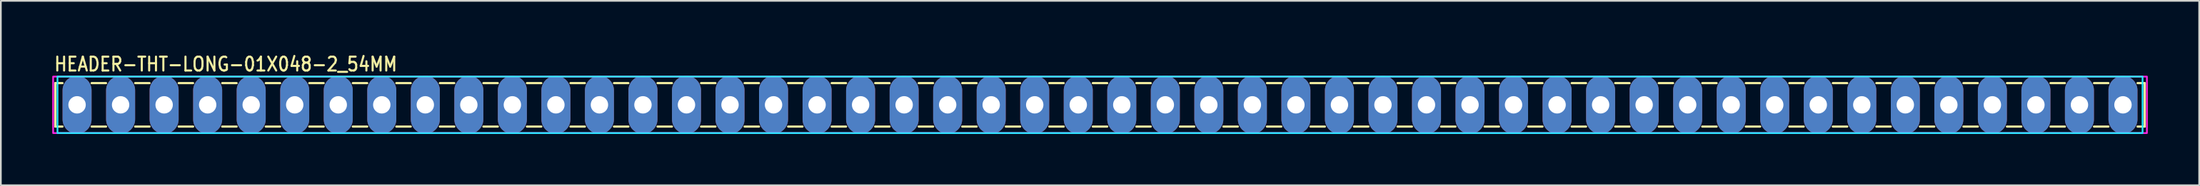
<source format=kicad_pcb>
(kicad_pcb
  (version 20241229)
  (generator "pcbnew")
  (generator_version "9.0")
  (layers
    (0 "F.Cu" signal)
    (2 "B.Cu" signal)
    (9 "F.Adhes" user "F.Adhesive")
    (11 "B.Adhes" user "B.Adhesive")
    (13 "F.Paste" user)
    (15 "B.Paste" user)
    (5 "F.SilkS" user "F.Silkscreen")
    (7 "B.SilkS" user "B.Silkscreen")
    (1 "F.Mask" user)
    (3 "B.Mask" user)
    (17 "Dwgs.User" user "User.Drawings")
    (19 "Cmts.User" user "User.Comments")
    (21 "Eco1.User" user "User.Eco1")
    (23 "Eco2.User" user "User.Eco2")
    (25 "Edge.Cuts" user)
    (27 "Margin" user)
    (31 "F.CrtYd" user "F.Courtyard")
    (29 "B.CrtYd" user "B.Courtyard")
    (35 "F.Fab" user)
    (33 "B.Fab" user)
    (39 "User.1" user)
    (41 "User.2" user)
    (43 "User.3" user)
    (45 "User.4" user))
  (footprint "HEADER-THT-LONG-01X048-2_54MM"
    (layer "F.Cu")
    (at 1.447 3.079)
    (property "Reference" "HEADER-THT-LONG-01X048-2_54MM" (at -1.4 -1.9 0) (unlocked yes) (layer "F.SilkS") (effects (font (size 0.813 0.695) (thickness 0.122)) (justify left bottom)))
    (fp_line (start -1.27 -1.27) (end -1.27 1.27) (stroke (width 0.127) (type solid)) (layer "F.SilkS"))
    (fp_line (start -1.27 1.27) (end -0.85 1.27) (stroke (width 0.127) (type solid)) (layer "F.SilkS"))
    (fp_line (start -0.85 -1.27) (end -1.27 -1.27) (stroke (width 0.127) (type solid)) (layer "F.SilkS"))
    (fp_line (start 0.85 -1.27) (end 1.69 -1.27) (stroke (width 0.127) (type solid)) (layer "F.SilkS"))
    (fp_line (start 0.85 1.27) (end 1.69 1.27) (stroke (width 0.127) (type solid)) (layer "F.SilkS"))
    (fp_line (start 3.39 -1.27) (end 4.23 -1.27) (stroke (width 0.127) (type solid)) (layer "F.SilkS"))
    (fp_line (start 3.39 1.27) (end 4.23 1.27) (stroke (width 0.127) (type solid)) (layer "F.SilkS"))
    (fp_line (start 5.93 -1.27) (end 6.77 -1.27) (stroke (width 0.127) (type solid)) (layer "F.SilkS"))
    (fp_line (start 5.93 1.27) (end 6.77 1.27) (stroke (width 0.127) (type solid)) (layer "F.SilkS"))
    (fp_line (start 8.47 -1.27) (end 9.31 -1.27) (stroke (width 0.127) (type solid)) (layer "F.SilkS"))
    (fp_line (start 8.47 1.27) (end 9.31 1.27) (stroke (width 0.127) (type solid)) (layer "F.SilkS"))
    (fp_line (start 11.01 -1.27) (end 11.85 -1.27) (stroke (width 0.127) (type solid)) (layer "F.SilkS"))
    (fp_line (start 11.01 1.27) (end 11.85 1.27) (stroke (width 0.127) (type solid)) (layer "F.SilkS"))
    (fp_line (start 13.55 -1.27) (end 14.39 -1.27) (stroke (width 0.127) (type solid)) (layer "F.SilkS"))
    (fp_line (start 13.55 1.27) (end 14.39 1.27) (stroke (width 0.127) (type solid)) (layer "F.SilkS"))
    (fp_line (start 16.09 -1.27) (end 16.93 -1.27) (stroke (width 0.127) (type solid)) (layer "F.SilkS"))
    (fp_line (start 16.09 1.27) (end 16.93 1.27) (stroke (width 0.127) (type solid)) (layer "F.SilkS"))
    (fp_line (start 18.63 -1.27) (end 19.47 -1.27) (stroke (width 0.127) (type solid)) (layer "F.SilkS"))
    (fp_line (start 18.63 1.27) (end 19.47 1.27) (stroke (width 0.127) (type solid)) (layer "F.SilkS"))
    (fp_line (start 21.17 -1.27) (end 22.01 -1.27) (stroke (width 0.127) (type solid)) (layer "F.SilkS"))
    (fp_line (start 21.17 1.27) (end 22.01 1.27) (stroke (width 0.127) (type solid)) (layer "F.SilkS"))
    (fp_line (start 23.71 -1.27) (end 24.55 -1.27) (stroke (width 0.127) (type solid)) (layer "F.SilkS"))
    (fp_line (start 23.71 1.27) (end 24.55 1.27) (stroke (width 0.127) (type solid)) (layer "F.SilkS"))
    (fp_line (start 26.25 -1.27) (end 27.09 -1.27) (stroke (width 0.127) (type solid)) (layer "F.SilkS"))
    (fp_line (start 26.25 1.27) (end 27.09 1.27) (stroke (width 0.127) (type solid)) (layer "F.SilkS"))
    (fp_line (start 28.79 -1.27) (end 29.63 -1.27) (stroke (width 0.127) (type solid)) (layer "F.SilkS"))
    (fp_line (start 28.79 1.27) (end 29.63 1.27) (stroke (width 0.127) (type solid)) (layer "F.SilkS"))
    (fp_line (start 31.33 -1.27) (end 32.17 -1.27) (stroke (width 0.127) (type solid)) (layer "F.SilkS"))
    (fp_line (start 31.33 1.27) (end 32.17 1.27) (stroke (width 0.127) (type solid)) (layer "F.SilkS"))
    (fp_line (start 33.87 -1.27) (end 34.71 -1.27) (stroke (width 0.127) (type solid)) (layer "F.SilkS"))
    (fp_line (start 33.87 1.27) (end 34.71 1.27) (stroke (width 0.127) (type solid)) (layer "F.SilkS"))
    (fp_line (start 36.41 -1.27) (end 37.25 -1.27) (stroke (width 0.127) (type solid)) (layer "F.SilkS"))
    (fp_line (start 36.41 1.27) (end 37.25 1.27) (stroke (width 0.127) (type solid)) (layer "F.SilkS"))
    (fp_line (start 38.95 -1.27) (end 39.79 -1.27) (stroke (width 0.127) (type solid)) (layer "F.SilkS"))
    (fp_line (start 38.95 1.27) (end 39.79 1.27) (stroke (width 0.127) (type solid)) (layer "F.SilkS"))
    (fp_line (start 41.49 -1.27) (end 42.33 -1.27) (stroke (width 0.127) (type solid)) (layer "F.SilkS"))
    (fp_line (start 41.49 1.27) (end 42.33 1.27) (stroke (width 0.127) (type solid)) (layer "F.SilkS"))
    (fp_line (start 44.03 -1.27) (end 44.87 -1.27) (stroke (width 0.127) (type solid)) (layer "F.SilkS"))
    (fp_line (start 44.03 1.27) (end 44.87 1.27) (stroke (width 0.127) (type solid)) (layer "F.SilkS"))
    (fp_line (start 46.57 -1.27) (end 47.41 -1.27) (stroke (width 0.127) (type solid)) (layer "F.SilkS"))
    (fp_line (start 46.57 1.27) (end 47.41 1.27) (stroke (width 0.127) (type solid)) (layer "F.SilkS"))
    (fp_line (start 49.11 -1.27) (end 49.95 -1.27) (stroke (width 0.127) (type solid)) (layer "F.SilkS"))
    (fp_line (start 49.11 1.27) (end 49.95 1.27) (stroke (width 0.127) (type solid)) (layer "F.SilkS"))
    (fp_line (start 51.65 -1.27) (end 52.49 -1.27) (stroke (width 0.127) (type solid)) (layer "F.SilkS"))
    (fp_line (start 51.65 1.27) (end 52.49 1.27) (stroke (width 0.127) (type solid)) (layer "F.SilkS"))
    (fp_line (start 54.19 -1.27) (end 55.03 -1.27) (stroke (width 0.127) (type solid)) (layer "F.SilkS"))
    (fp_line (start 54.19 1.27) (end 55.03 1.27) (stroke (width 0.127) (type solid)) (layer "F.SilkS"))
    (fp_line (start 56.73 -1.27) (end 57.57 -1.27) (stroke (width 0.127) (type solid)) (layer "F.SilkS"))
    (fp_line (start 56.73 1.27) (end 57.57 1.27) (stroke (width 0.127) (type solid)) (layer "F.SilkS"))
    (fp_line (start 59.27 -1.27) (end 60.11 -1.27) (stroke (width 0.127) (type solid)) (layer "F.SilkS"))
    (fp_line (start 59.27 1.27) (end 60.11 1.27) (stroke (width 0.127) (type solid)) (layer "F.SilkS"))
    (fp_line (start 61.81 -1.27) (end 62.65 -1.27) (stroke (width 0.127) (type solid)) (layer "F.SilkS"))
    (fp_line (start 61.81 1.27) (end 62.65 1.27) (stroke (width 0.127) (type solid)) (layer "F.SilkS"))
    (fp_line (start 64.35 -1.27) (end 65.19 -1.27) (stroke (width 0.127) (type solid)) (layer "F.SilkS"))
    (fp_line (start 64.35 1.27) (end 65.19 1.27) (stroke (width 0.127) (type solid)) (layer "F.SilkS"))
    (fp_line (start 66.89 -1.27) (end 67.73 -1.27) (stroke (width 0.127) (type solid)) (layer "F.SilkS"))
    (fp_line (start 66.89 1.27) (end 67.73 1.27) (stroke (width 0.127) (type solid)) (layer "F.SilkS"))
    (fp_line (start 69.43 -1.27) (end 70.27 -1.27) (stroke (width 0.127) (type solid)) (layer "F.SilkS"))
    (fp_line (start 69.43 1.27) (end 70.27 1.27) (stroke (width 0.127) (type solid)) (layer "F.SilkS"))
    (fp_line (start 71.97 -1.27) (end 72.81 -1.27) (stroke (width 0.127) (type solid)) (layer "F.SilkS"))
    (fp_line (start 71.97 1.27) (end 72.81 1.27) (stroke (width 0.127) (type solid)) (layer "F.SilkS"))
    (fp_line (start 74.51 -1.27) (end 75.35 -1.27) (stroke (width 0.127) (type solid)) (layer "F.SilkS"))
    (fp_line (start 74.51 1.27) (end 75.35 1.27) (stroke (width 0.127) (type solid)) (layer "F.SilkS"))
    (fp_line (start 77.05 -1.27) (end 77.89 -1.27) (stroke (width 0.127) (type solid)) (layer "F.SilkS"))
    (fp_line (start 77.05 1.27) (end 77.89 1.27) (stroke (width 0.127) (type solid)) (layer "F.SilkS"))
    (fp_line (start 79.59 -1.27) (end 80.43 -1.27) (stroke (width 0.127) (type solid)) (layer "F.SilkS"))
    (fp_line (start 79.59 1.27) (end 80.43 1.27) (stroke (width 0.127) (type solid)) (layer "F.SilkS"))
    (fp_line (start 82.13 -1.27) (end 82.97 -1.27) (stroke (width 0.127) (type solid)) (layer "F.SilkS"))
    (fp_line (start 82.13 1.27) (end 82.97 1.27) (stroke (width 0.127) (type solid)) (layer "F.SilkS"))
    (fp_line (start 84.67 -1.27) (end 85.51 -1.27) (stroke (width 0.127) (type solid)) (layer "F.SilkS"))
    (fp_line (start 84.67 1.27) (end 85.51 1.27) (stroke (width 0.127) (type solid)) (layer "F.SilkS"))
    (fp_line (start 87.21 -1.27) (end 88.05 -1.27) (stroke (width 0.127) (type solid)) (layer "F.SilkS"))
    (fp_line (start 87.21 1.27) (end 88.05 1.27) (stroke (width 0.127) (type solid)) (layer "F.SilkS"))
    (fp_line (start 89.75 -1.27) (end 90.59 -1.27) (stroke (width 0.127) (type solid)) (layer "F.SilkS"))
    (fp_line (start 89.75 1.27) (end 90.59 1.27) (stroke (width 0.127) (type solid)) (layer "F.SilkS"))
    (fp_line (start 92.29 -1.27) (end 93.13 -1.27) (stroke (width 0.127) (type solid)) (layer "F.SilkS"))
    (fp_line (start 92.29 1.27) (end 93.13 1.27) (stroke (width 0.127) (type solid)) (layer "F.SilkS"))
    (fp_line (start 94.83 -1.27) (end 95.67 -1.27) (stroke (width 0.127) (type solid)) (layer "F.SilkS"))
    (fp_line (start 94.83 1.27) (end 95.67 1.27) (stroke (width 0.127) (type solid)) (layer "F.SilkS"))
    (fp_line (start 97.37 -1.27) (end 98.21 -1.27) (stroke (width 0.127) (type solid)) (layer "F.SilkS"))
    (fp_line (start 97.37 1.27) (end 98.21 1.27) (stroke (width 0.127) (type solid)) (layer "F.SilkS"))
    (fp_line (start 99.91 -1.27) (end 100.75 -1.27) (stroke (width 0.127) (type solid)) (layer "F.SilkS"))
    (fp_line (start 99.91 1.27) (end 100.75 1.27) (stroke (width 0.127) (type solid)) (layer "F.SilkS"))
    (fp_line (start 102.45 -1.27) (end 103.29 -1.27) (stroke (width 0.127) (type solid)) (layer "F.SilkS"))
    (fp_line (start 102.45 1.27) (end 103.29 1.27) (stroke (width 0.127) (type solid)) (layer "F.SilkS"))
    (fp_line (start 104.99 -1.27) (end 105.83 -1.27) (stroke (width 0.127) (type solid)) (layer "F.SilkS"))
    (fp_line (start 104.99 1.27) (end 105.83 1.27) (stroke (width 0.127) (type solid)) (layer "F.SilkS"))
    (fp_line (start 107.53 -1.27) (end 108.37 -1.27) (stroke (width 0.127) (type solid)) (layer "F.SilkS"))
    (fp_line (start 107.53 1.27) (end 108.37 1.27) (stroke (width 0.127) (type solid)) (layer "F.SilkS"))
    (fp_line (start 110.07 -1.27) (end 110.91 -1.27) (stroke (width 0.127) (type solid)) (layer "F.SilkS"))
    (fp_line (start 110.07 1.27) (end 110.91 1.27) (stroke (width 0.127) (type solid)) (layer "F.SilkS"))
    (fp_line (start 112.61 -1.27) (end 113.45 -1.27) (stroke (width 0.127) (type solid)) (layer "F.SilkS"))
    (fp_line (start 112.61 1.27) (end 113.45 1.27) (stroke (width 0.127) (type solid)) (layer "F.SilkS"))
    (fp_line (start 115.15 -1.27) (end 115.99 -1.27) (stroke (width 0.127) (type solid)) (layer "F.SilkS"))
    (fp_line (start 115.15 1.27) (end 115.99 1.27) (stroke (width 0.127) (type solid)) (layer "F.SilkS"))
    (fp_line (start 117.69 -1.27) (end 118.53 -1.27) (stroke (width 0.127) (type solid)) (layer "F.SilkS"))
    (fp_line (start 117.69 1.27) (end 118.53 1.27) (stroke (width 0.127) (type solid)) (layer "F.SilkS"))
    (fp_line (start 120.23 -1.27) (end 120.65 -1.27) (stroke (width 0.127) (type solid)) (layer "F.SilkS"))
    (fp_line (start 120.65 -1.27) (end 120.65 1.27) (stroke (width 0.127) (type solid)) (layer "F.SilkS"))
    (fp_line (start 120.65 1.27) (end 120.23 1.27) (stroke (width 0.127) (type solid)) (layer "F.SilkS"))
    (fp_poly (pts (xy -1.143 -1.651) (xy 120.523 -1.651) (xy 120.523 1.651) (xy -1.143 1.651)) (stroke (width 0.1) (type solid)) (fill no) (layer "B.CrtYd"))
    (fp_poly (pts (xy -1.397 -1.651) (xy 120.777 -1.651) (xy 120.777 1.651) (xy -1.397 1.651)) (stroke (width 0.1) (type solid)) (fill no) (layer "F.CrtYd"))
    (pad "P$1" thru_hole oval (at 0 0 90) (size 3.387 1.693) (drill 1.016) (layers "*.Cu" "*.Mask"))
    (pad "P$2" thru_hole oval (at 2.54 0 90) (size 3.387 1.693) (drill 1.016) (layers "*.Cu" "*.Mask"))
    (pad "P$3" thru_hole oval (at 5.08 0 90) (size 3.387 1.693) (drill 1.016) (layers "*.Cu" "*.Mask"))
    (pad "P$4" thru_hole oval (at 7.62 0 90) (size 3.387 1.693) (drill 1.016) (layers "*.Cu" "*.Mask"))
    (pad "P$5" thru_hole oval (at 10.16 0 90) (size 3.387 1.693) (drill 1.016) (layers "*.Cu" "*.Mask"))
    (pad "P$6" thru_hole oval (at 12.7 0 90) (size 3.387 1.693) (drill 1.016) (layers "*.Cu" "*.Mask"))
    (pad "P$7" thru_hole oval (at 15.24 0 90) (size 3.387 1.693) (drill 1.016) (layers "*.Cu" "*.Mask"))
    (pad "P$8" thru_hole oval (at 17.78 0 90) (size 3.387 1.693) (drill 1.016) (layers "*.Cu" "*.Mask"))
    (pad "P$9" thru_hole oval (at 20.32 0 90) (size 3.387 1.693) (drill 1.016) (layers "*.Cu" "*.Mask"))
    (pad "P$10" thru_hole oval (at 22.86 0 90) (size 3.387 1.693) (drill 1.016) (layers "*.Cu" "*.Mask"))
    (pad "P$11" thru_hole oval (at 25.4 0 90) (size 3.387 1.693) (drill 1.016) (layers "*.Cu" "*.Mask"))
    (pad "P$12" thru_hole oval (at 27.94 0 90) (size 3.387 1.693) (drill 1.016) (layers "*.Cu" "*.Mask"))
    (pad "P$13" thru_hole oval (at 30.48 0 90) (size 3.387 1.693) (drill 1.016) (layers "*.Cu" "*.Mask"))
    (pad "P$14" thru_hole oval (at 33.02 0 90) (size 3.387 1.693) (drill 1.016) (layers "*.Cu" "*.Mask"))
    (pad "P$15" thru_hole oval (at 35.56 0 90) (size 3.387 1.693) (drill 1.016) (layers "*.Cu" "*.Mask"))
    (pad "P$16" thru_hole oval (at 38.1 0 90) (size 3.387 1.693) (drill 1.016) (layers "*.Cu" "*.Mask"))
    (pad "P$17" thru_hole oval (at 40.64 0 90) (size 3.387 1.693) (drill 1.016) (layers "*.Cu" "*.Mask"))
    (pad "P$18" thru_hole oval (at 43.18 0 90) (size 3.387 1.693) (drill 1.016) (layers "*.Cu" "*.Mask"))
    (pad "P$19" thru_hole oval (at 45.72 0 90) (size 3.387 1.693) (drill 1.016) (layers "*.Cu" "*.Mask"))
    (pad "P$20" thru_hole oval (at 48.26 0 90) (size 3.387 1.693) (drill 1.016) (layers "*.Cu" "*.Mask"))
    (pad "P$21" thru_hole oval (at 50.8 0 90) (size 3.387 1.693) (drill 1.016) (layers "*.Cu" "*.Mask"))
    (pad "P$22" thru_hole oval (at 53.34 0 90) (size 3.387 1.693) (drill 1.016) (layers "*.Cu" "*.Mask"))
    (pad "P$23" thru_hole oval (at 55.88 0 90) (size 3.387 1.693) (drill 1.016) (layers "*.Cu" "*.Mask"))
    (pad "P$24" thru_hole oval (at 58.42 0 90) (size 3.387 1.693) (drill 1.016) (layers "*.Cu" "*.Mask"))
    (pad "P$25" thru_hole oval (at 60.96 0 90) (size 3.387 1.693) (drill 1.016) (layers "*.Cu" "*.Mask"))
    (pad "P$26" thru_hole oval (at 63.5 0 90) (size 3.387 1.693) (drill 1.016) (layers "*.Cu" "*.Mask"))
    (pad "P$27" thru_hole oval (at 66.04 0 90) (size 3.387 1.693) (drill 1.016) (layers "*.Cu" "*.Mask"))
    (pad "P$28" thru_hole oval (at 68.58 0 90) (size 3.387 1.693) (drill 1.016) (layers "*.Cu" "*.Mask"))
    (pad "P$29" thru_hole oval (at 71.12 0 90) (size 3.387 1.693) (drill 1.016) (layers "*.Cu" "*.Mask"))
    (pad "P$30" thru_hole oval (at 73.66 0 90) (size 3.387 1.693) (drill 1.016) (layers "*.Cu" "*.Mask"))
    (pad "P$31" thru_hole oval (at 76.2 0 90) (size 3.387 1.693) (drill 1.016) (layers "*.Cu" "*.Mask"))
    (pad "P$32" thru_hole oval (at 78.74 0 90) (size 3.387 1.693) (drill 1.016) (layers "*.Cu" "*.Mask"))
    (pad "P$33" thru_hole oval (at 81.28 0 90) (size 3.387 1.693) (drill 1.016) (layers "*.Cu" "*.Mask"))
    (pad "P$34" thru_hole oval (at 83.82 0 90) (size 3.387 1.693) (drill 1.016) (layers "*.Cu" "*.Mask"))
    (pad "P$35" thru_hole oval (at 86.36 0 90) (size 3.387 1.693) (drill 1.016) (layers "*.Cu" "*.Mask"))
    (pad "P$36" thru_hole oval (at 88.9 0 90) (size 3.387 1.693) (drill 1.016) (layers "*.Cu" "*.Mask"))
    (pad "P$37" thru_hole oval (at 91.44 0 90) (size 3.387 1.693) (drill 1.016) (layers "*.Cu" "*.Mask"))
    (pad "P$38" thru_hole oval (at 93.98 0 90) (size 3.387 1.693) (drill 1.016) (layers "*.Cu" "*.Mask"))
    (pad "P$39" thru_hole oval (at 96.52 0 90) (size 3.387 1.693) (drill 1.016) (layers "*.Cu" "*.Mask"))
    (pad "P$40" thru_hole oval (at 99.06 0 90) (size 3.387 1.693) (drill 1.016) (layers "*.Cu" "*.Mask"))
    (pad "P$41" thru_hole oval (at 101.6 0 90) (size 3.387 1.693) (drill 1.016) (layers "*.Cu" "*.Mask"))
    (pad "P$42" thru_hole oval (at 104.14 0 90) (size 3.387 1.693) (drill 1.016) (layers "*.Cu" "*.Mask"))
    (pad "P$43" thru_hole oval (at 106.68 0 90) (size 3.387 1.693) (drill 1.016) (layers "*.Cu" "*.Mask"))
    (pad "P$44" thru_hole oval (at 109.22 0 90) (size 3.387 1.693) (drill 1.016) (layers "*.Cu" "*.Mask"))
    (pad "P$45" thru_hole oval (at 111.76 0 90) (size 3.387 1.693) (drill 1.016) (layers "*.Cu" "*.Mask"))
    (pad "P$46" thru_hole oval (at 114.3 0 90) (size 3.387 1.693) (drill 1.016) (layers "*.Cu" "*.Mask"))
    (pad "P$47" thru_hole oval (at 116.84 0 90) (size 3.387 1.693) (drill 1.016) (layers "*.Cu" "*.Mask"))
    (pad "P$48" thru_hole oval (at 119.38 0 90) (size 3.387 1.693) (drill 1.016) (layers "*.Cu" "*.Mask")))
  (gr_rect
    (start -3 -3)
    (end 125.274 7.78)
    (stroke (width 0.1) (type default))
    (fill no)
    (layer "Edge.Cuts")))
</source>
